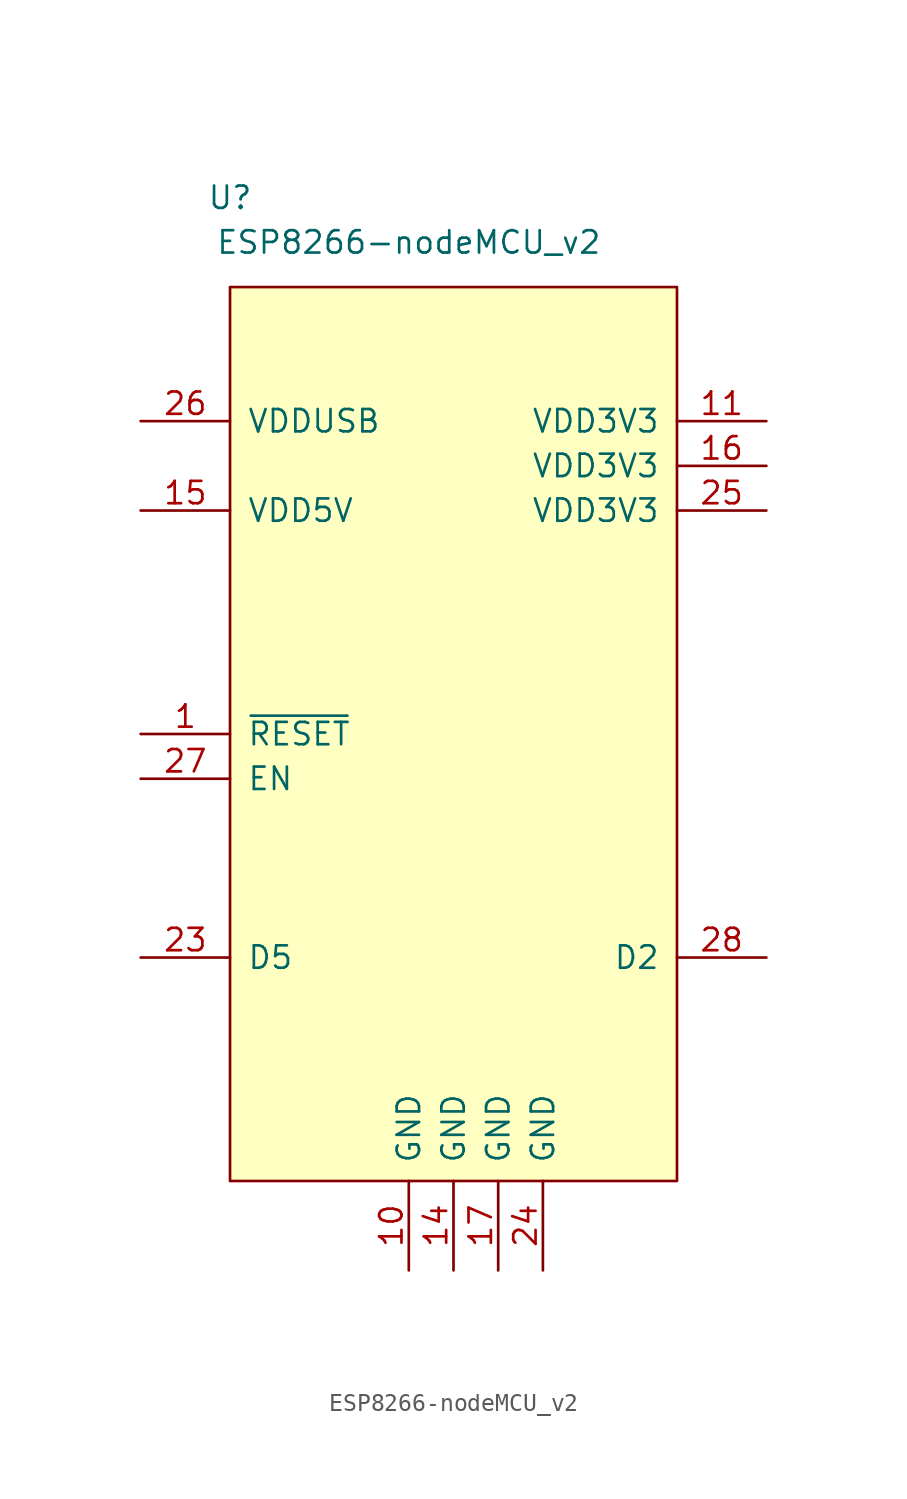
<source format=kicad_sym>
(kicad_symbol_lib
  (version 20211014)
  (generator kicad_symbol_editor)
  (symbol "ESP8266-nodeMCU_v2"
    (pin_names
      (offset 0.953))
    (property "Reference" "U"
      (at -12.7 27.94 0)
      (effects (font (size 1.27 1.27))))
    (property "Value" "ESP8266-nodeMCU_v2"
      (at -2.54 25.4 0)
      (effects (font (size 1.27 1.27))))
    (symbol "ESP8266-nodeMCU_v2_0_1"
      (rectangle (start -12.7 22.86) (end 12.7 -27.94) (stroke (width 0) (type default) (color 0 0 0 0)) (fill (type background))))
    (symbol "ESP8266-nodeMCU_v2_1_1"
      (pin input line (at -17.78 -2.54 0) (length 5.08) (name "~{RESET}" (effects (font (size 1.27 1.27)))) (number "1" (effects (font (size 1.27 1.27)))))
      (pin power_in line (at -2.54 -33.02 90) (length 5.08) (name "GND" (effects (font (size 1.27 1.27)))) (number "10" (effects (font (size 1.27 1.27)))))
      (pin power_in line (at 17.78 15.24 180) (length 5.08) (name "VDD3V3" (effects (font (size 1.27 1.27)))) (number "11" (effects (font (size 1.27 1.27)))))
      (pin power_in line (at 0 -33.02 90) (length 5.08) (name "GND" (effects (font (size 1.27 1.27)))) (number "14" (effects (font (size 1.27 1.27)))))
      (pin power_in line (at -17.78 10.16 0) (length 5.08) (name "VDD5V" (effects (font (size 1.27 1.27)))) (number "15" (effects (font (size 1.27 1.27)))))
      (pin power_in line (at 17.78 12.7 180) (length 5.08) (name "VDD3V3" (effects (font (size 1.27 1.27)))) (number "16" (effects (font (size 1.27 1.27)))))
      (pin power_in line (at 2.54 -33.02 90) (length 5.08) (name "GND" (effects (font (size 1.27 1.27)))) (number "17" (effects (font (size 1.27 1.27)))))
      (pin bidirectional line (at -17.78 -15.24 0) (length 5.08) (name "D5" (effects (font (size 1.27 1.27)))) (number "23" (effects (font (size 1.27 1.27)))))
      (pin power_in line (at 5.08 -33.02 90) (length 5.08) (name "GND" (effects (font (size 1.27 1.27)))) (number "24" (effects (font (size 1.27 1.27)))))
      (pin power_in line (at 17.78 10.16 180) (length 5.08) (name "VDD3V3" (effects (font (size 1.27 1.27)))) (number "25" (effects (font (size 1.27 1.27)))))
      (pin power_in line (at -17.78 15.24 0) (length 5.08) (name "VDDUSB" (effects (font (size 1.27 1.27)))) (number "26" (effects (font (size 1.27 1.27)))))
      (pin input line (at -17.78 -5.08 0) (length 5.08) (name "EN" (effects (font (size 1.27 1.27)))) (number "27" (effects (font (size 1.27 1.27)))))
      (pin bidirectional line (at 17.78 -15.24 180) (length 5.08) (name "D2" (effects (font (size 1.27 1.27)))) (number "28" (effects (font (size 1.27 1.27))))))))
</source>
